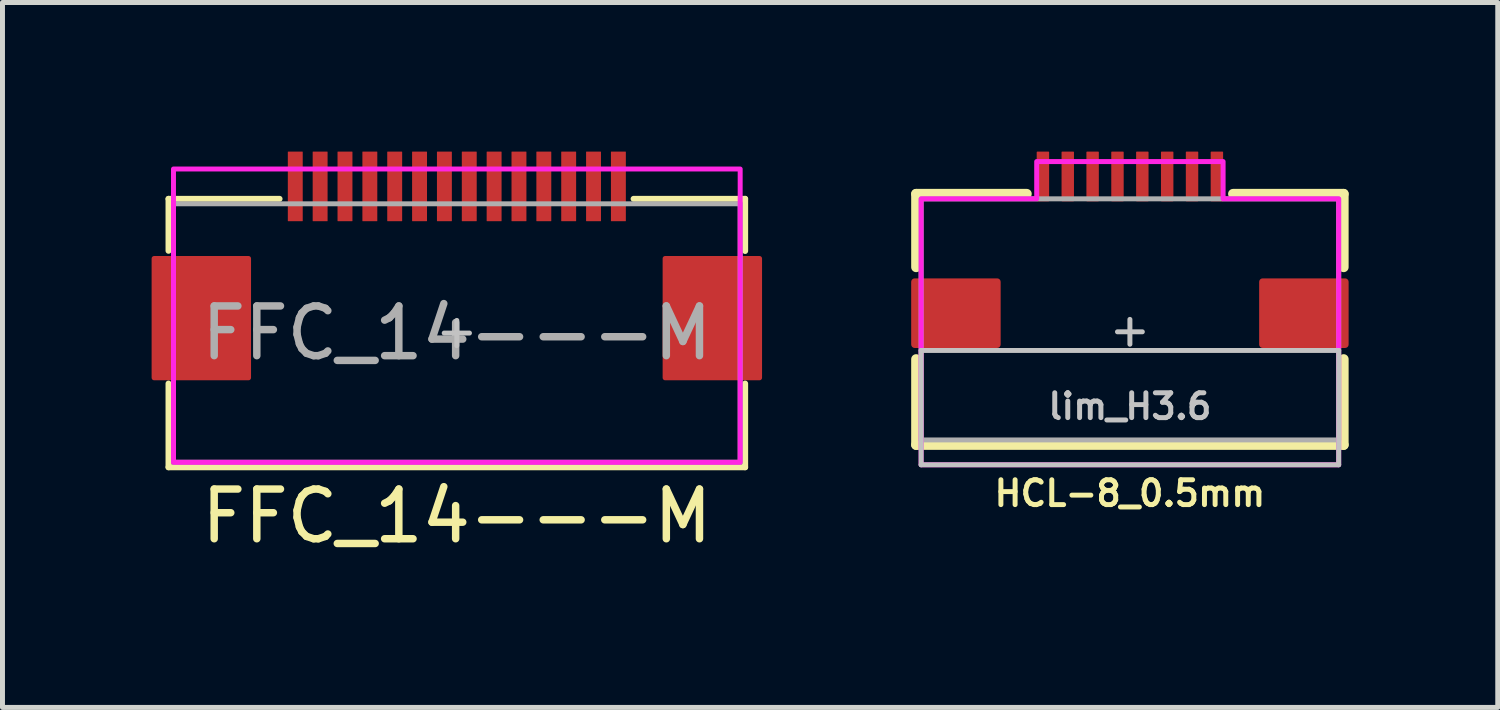
<source format=kicad_pcb>
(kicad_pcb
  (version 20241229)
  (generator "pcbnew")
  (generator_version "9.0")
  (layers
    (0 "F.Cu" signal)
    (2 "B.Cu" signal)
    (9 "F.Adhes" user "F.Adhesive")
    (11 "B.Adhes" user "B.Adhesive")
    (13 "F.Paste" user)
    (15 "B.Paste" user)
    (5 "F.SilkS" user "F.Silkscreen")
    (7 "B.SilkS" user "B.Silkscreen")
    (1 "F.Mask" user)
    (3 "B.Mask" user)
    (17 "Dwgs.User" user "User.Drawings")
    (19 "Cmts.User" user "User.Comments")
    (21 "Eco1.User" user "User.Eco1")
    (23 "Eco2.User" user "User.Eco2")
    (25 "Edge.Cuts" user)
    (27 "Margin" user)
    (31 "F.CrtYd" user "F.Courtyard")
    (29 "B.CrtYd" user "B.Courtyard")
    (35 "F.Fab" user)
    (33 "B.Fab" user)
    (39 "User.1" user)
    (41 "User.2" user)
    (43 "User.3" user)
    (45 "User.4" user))
  (footprint "HCL-8_0.5mm"
    (layer "F.Cu")
    (at 19.68 3.625)
    (property "Reference" "HCL-8_0.5mm" (at 0 3.25 0) (unlocked yes) (layer "F.SilkS") (effects (font (size 0.5 0.5) (thickness 0.1))))
    (attr smd)
    (fp_line (start -4.3 -2.775) (end -2.075 -2.775) (stroke (width 0.2) (type default)) (layer "F.SilkS"))
    (fp_line (start -4.3 -1.3) (end -4.3 -2.775) (stroke (width 0.2) (type default)) (layer "F.SilkS"))
    (fp_line (start -4.3 2.275) (end -4.3 0.55) (stroke (width 0.2) (type default)) (layer "F.SilkS"))
    (fp_line (start -4.3 2.275) (end 4.3 2.275) (stroke (width 0.2) (type default)) (layer "F.SilkS"))
    (fp_line (start 4.3 -2.775) (end 2.075 -2.775) (stroke (width 0.2) (type default)) (layer "F.SilkS"))
    (fp_line (start 4.3 -1.3) (end 4.3 -2.775) (stroke (width 0.2) (type default)) (layer "F.SilkS"))
    (fp_line (start 4.3 2.275) (end 4.3 0.55) (stroke (width 0.2) (type default)) (layer "F.SilkS"))
    (fp_line (start -4.2 0.375) (end -4.2 2.675) (stroke (width 0.1) (type default)) (layer "Dwgs.User"))
    (fp_line (start -4.2 2.675) (end 4.2 2.675) (stroke (width 0.1) (type default)) (layer "Dwgs.User"))
    (fp_line (start -0.25 0) (end 0.25 0) (stroke (width 0.1) (type default)) (layer "Dwgs.User"))
    (fp_line (start 0 -0.25) (end 0 0.25) (stroke (width 0.1) (type default)) (layer "Dwgs.User"))
    (fp_line (start 4.2 0.375) (end -4.2 0.375) (stroke (width 0.1) (type default)) (layer "Dwgs.User"))
    (fp_line (start 4.2 2.675) (end 4.2 0.375) (stroke (width 0.1) (type default)) (layer "Dwgs.User"))
    (fp_poly (pts (xy -4.2 -2.675) (xy -1.875 -2.675) (xy -1.875 -3.425) (xy 1.875 -3.425) (xy 1.875 -2.675) (xy 4.2 -2.675) (xy 4.2 2.675) (xy -4.2 2.675)) (stroke (width 0.1) (type default)) (fill no) (layer "F.CrtYd"))
    (fp_rect (start -4.2 -2.675) (end 4.2 2.175) (stroke (width 0.1) (type default)) (fill no) (layer "F.Fab"))
    (fp_text user "lim_H3.6" (at 0 1.5 0) (unlocked yes) (layer "Dwgs.User") (effects (font (size 0.5 0.5) (thickness 0.1) (bold yes))))
    (pad "1" smd roundrect (at -1.75 -3.125 90) (size 1 0.25) (layers "F.Cu" "F.Mask" "F.Paste") (roundrect_rratio 0.05))
    (pad "2" smd roundrect (at -1.25 -3.125 90) (size 1 0.25) (layers "F.Cu" "F.Mask" "F.Paste") (roundrect_rratio 0.05))
    (pad "3" smd roundrect (at -0.75 -3.125 90) (size 1 0.25) (layers "F.Cu" "F.Mask" "F.Paste") (roundrect_rratio 0.05))
    (pad "4" smd roundrect (at -0.25 -3.125 90) (size 1 0.25) (layers "F.Cu" "F.Mask" "F.Paste") (roundrect_rratio 0.05))
    (pad "5" smd roundrect (at 0.25 -3.125 90) (size 1 0.25) (layers "F.Cu" "F.Mask" "F.Paste") (roundrect_rratio 0.05))
    (pad "6" smd roundrect (at 0.75 -3.125 90) (size 1 0.25) (layers "F.Cu" "F.Mask" "F.Paste") (roundrect_rratio 0.05))
    (pad "7" smd roundrect (at 1.25 -3.125 90) (size 1 0.25) (layers "F.Cu" "F.Mask" "F.Paste") (roundrect_rratio 0.05))
    (pad "8" smd roundrect (at 1.75 -3.125 90) (size 1 0.25) (layers "F.Cu" "F.Mask" "F.Paste") (roundrect_rratio 0.05))
    (pad "SHELL" smd roundrect (at -3.5 -0.375 270) (size 1.4 1.8) (layers "F.Cu" "F.Mask") (roundrect_rratio 0.05))
    (pad "SHELL" smd roundrect (at 3.5 -0.375 90) (size 1.4 1.8) (layers "F.Cu" "F.Mask") (roundrect_rratio 0.05)))
  (footprint "FFC_14---M"
    (layer "F.Cu")
    (at 6.14 3.65)
    (property "Reference" "FFC_14---M" (at 0 3.683 0) (unlocked yes) (layer "F.SilkS") (effects (font (size 1 1) (thickness 0.15))))
    (attr smd)
    (fp_line (start -5.8 -2.7) (end -5.8 -1.655) (stroke (width 0.12) (type solid)) (layer "F.SilkS"))
    (fp_line (start -5.8 2.7) (end -5.8 1.016) (stroke (width 0.12) (type solid)) (layer "F.SilkS"))
    (fp_line (start -3.566 -2.7) (end -5.8 -2.7) (stroke (width 0.12) (type solid)) (layer "F.SilkS"))
    (fp_line (start 3.556 -2.7) (end 5.8 -2.7) (stroke (width 0.12) (type solid)) (layer "F.SilkS"))
    (fp_line (start 5.8 -2.7) (end 5.8 -1.651) (stroke (width 0.12) (type solid)) (layer "F.SilkS"))
    (fp_line (start 5.8 1.016) (end 5.8 2.7) (stroke (width 0.12) (type solid)) (layer "F.SilkS"))
    (fp_line (start 5.8 2.7) (end -5.8 2.7) (stroke (width 0.12) (type solid)) (layer "F.SilkS"))
    (fp_line (start -0.254 0) (end 0.254 0) (stroke (width 0.1) (type solid)) (layer "Dwgs.User"))
    (fp_line (start 0 -0.254) (end 0 0.254) (stroke (width 0.1) (type solid)) (layer "Dwgs.User"))
    (fp_rect (start -5.7 2.6) (end 5.7 -3.3) (stroke (width 0.1) (type solid)) (fill no) (layer "F.CrtYd"))
    (fp_rect (start -5.7 -2.6) (end 5.7 2.6) (stroke (width 0.1) (type solid)) (fill no) (layer "F.Fab"))
    (fp_text user "${REFERENCE}" (at 0 0 0) (unlocked yes) (layer "F.Fab") (effects (font (size 1 1) (thickness 0.15))))
    (pad "1" smd roundrect (at -3.25 -2.95) (size 0.3 1.4) (layers "F.Cu") (roundrect_rratio 0.025))
    (pad "2" smd roundrect (at -2.75 -2.95) (size 0.3 1.4) (layers "F.Cu") (roundrect_rratio 0.025))
    (pad "3" smd roundrect (at -2.25 -2.95) (size 0.3 1.4) (layers "F.Cu") (roundrect_rratio 0.025))
    (pad "4" smd roundrect (at -1.75 -2.95) (size 0.3 1.4) (layers "F.Cu") (roundrect_rratio 0.025))
    (pad "5" smd roundrect (at -1.25 -2.95) (size 0.3 1.4) (layers "F.Cu") (roundrect_rratio 0.025))
    (pad "6" smd roundrect (at -0.75 -2.95) (size 0.3 1.4) (layers "F.Cu") (roundrect_rratio 0.025))
    (pad "7" smd roundrect (at -0.25 -2.95) (size 0.3 1.4) (layers "F.Cu") (roundrect_rratio 0.025))
    (pad "8" smd roundrect (at 0.25 -2.95) (size 0.3 1.4) (layers "F.Cu") (roundrect_rratio 0.025))
    (pad "9" smd roundrect (at 0.75 -2.95) (size 0.3 1.4) (layers "F.Cu") (roundrect_rratio 0.025))
    (pad "10" smd roundrect (at 1.25 -2.95) (size 0.3 1.4) (layers "F.Cu") (roundrect_rratio 0.025))
    (pad "11" smd roundrect (at 1.75 -2.95) (size 0.3 1.4) (layers "F.Cu") (roundrect_rratio 0.025))
    (pad "12" smd roundrect (at 2.25 -2.95) (size 0.3 1.4) (layers "F.Cu") (roundrect_rratio 0.025))
    (pad "13" smd roundrect (at 2.75 -2.95) (size 0.3 1.4) (layers "F.Cu") (roundrect_rratio 0.025))
    (pad "14" smd roundrect (at 3.25 -2.95) (size 0.3 1.4) (layers "F.Cu") (roundrect_rratio 0.025))
    (pad "MP" smd roundrect (at -5.14 -0.3 180) (size 2 2.5) (layers "F.Cu") (roundrect_rratio 0.025))
    (pad "MP" smd roundrect (at 5.14 -0.3 180) (size 2 2.5) (layers "F.Cu") (roundrect_rratio 0.025)))
  (gr_rect
    (start -3 -3)
    (end 27.08 11.181)
    (stroke (width 0.1) (type default))
    (fill no)
    (layer "Edge.Cuts")))
</source>
